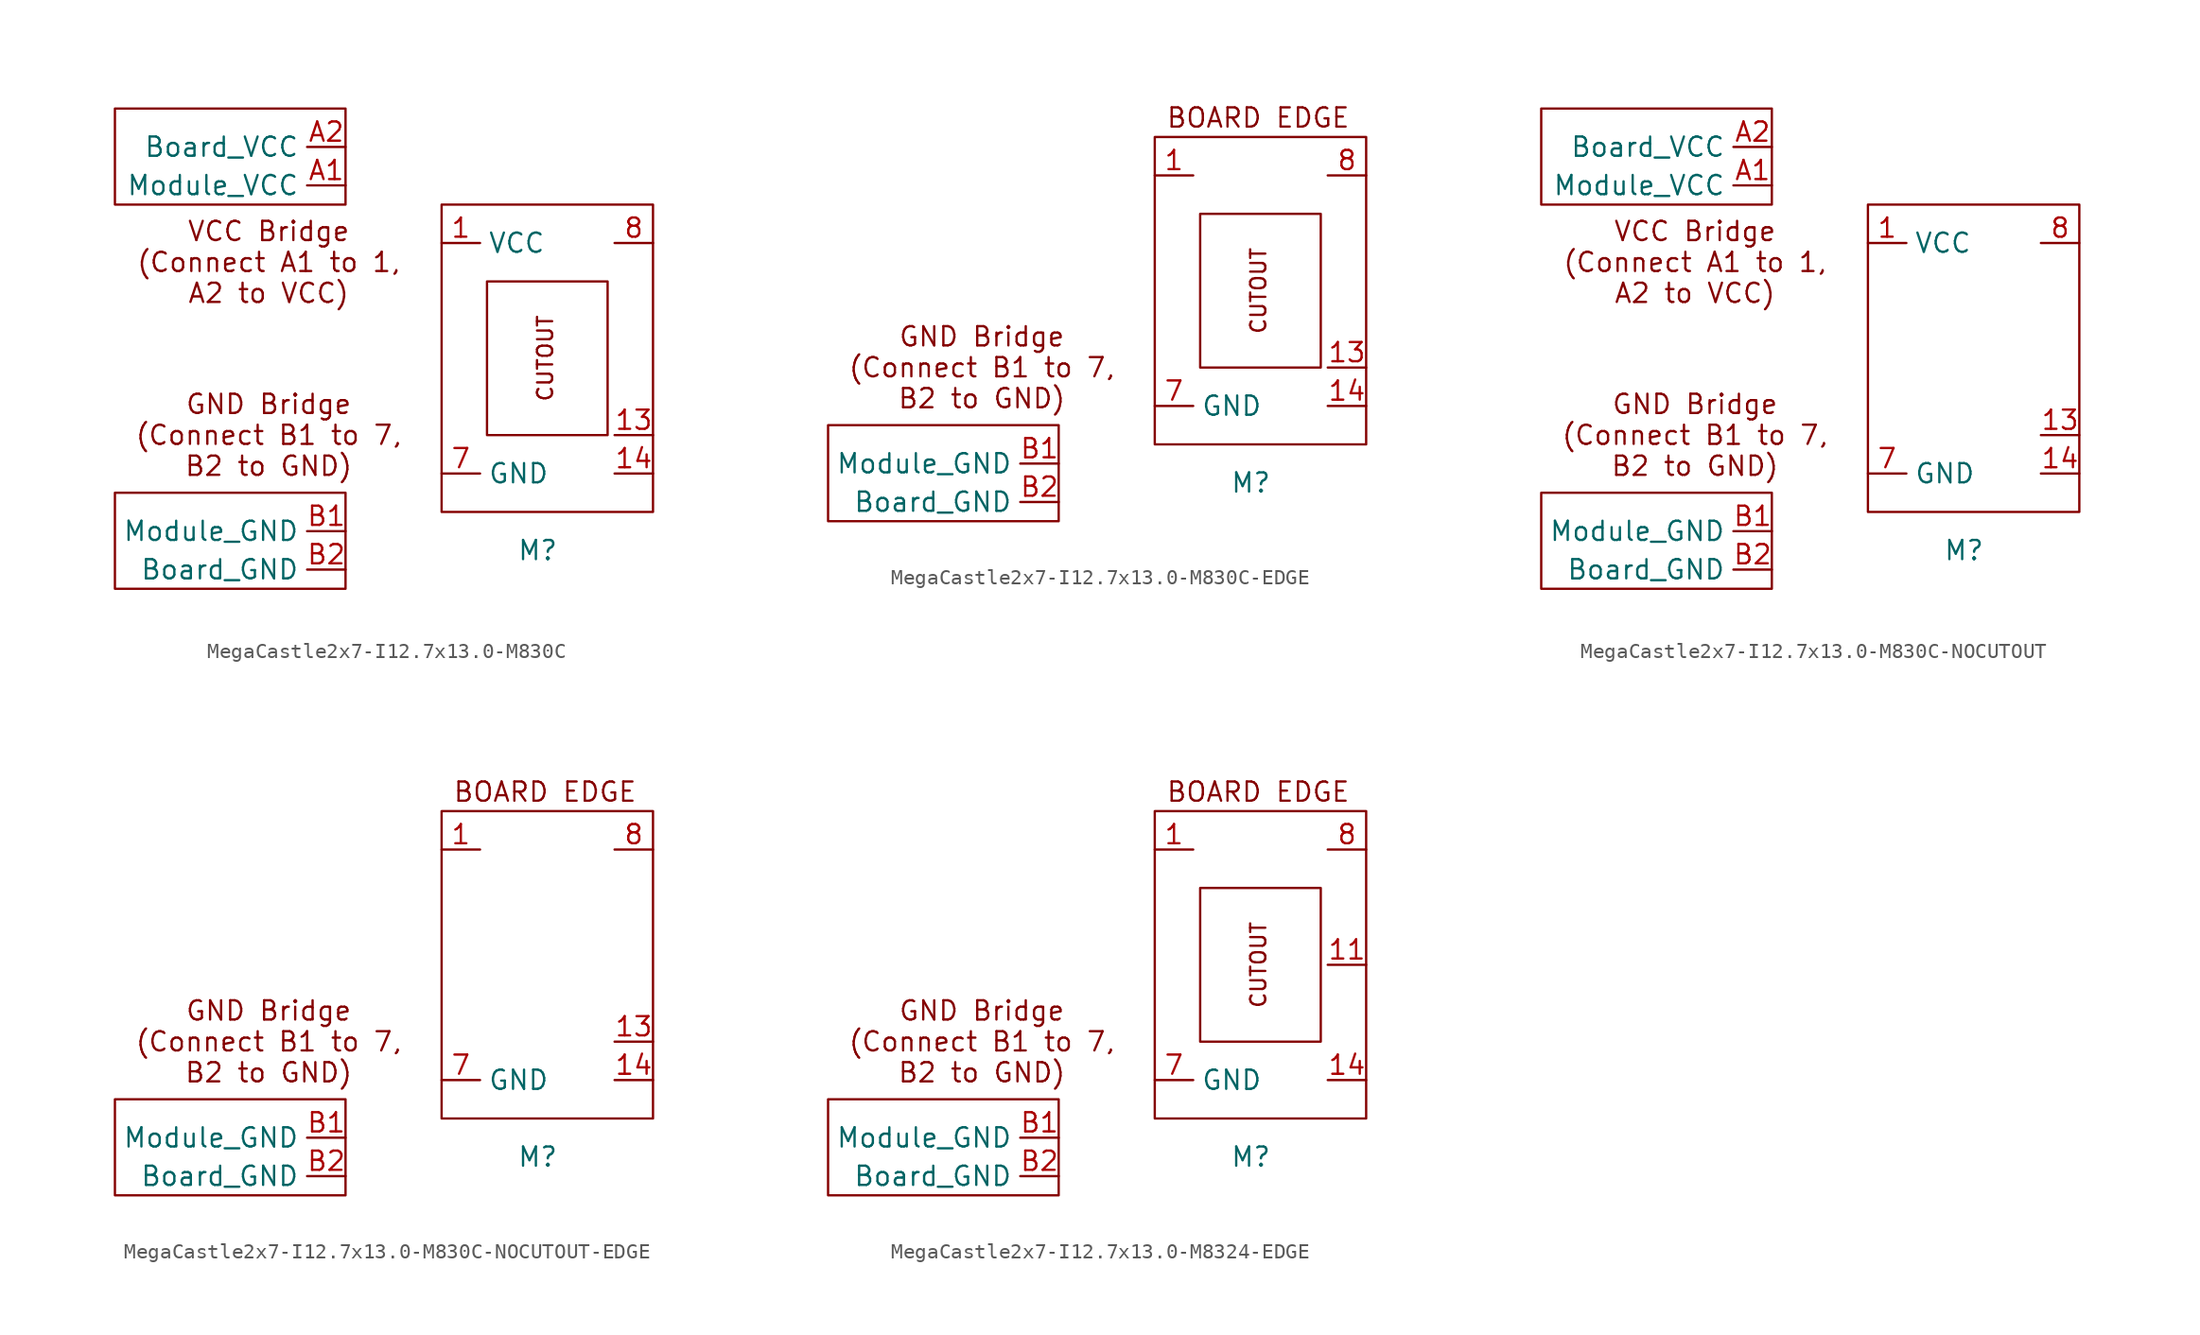
<source format=kicad_sym>
(kicad_symbol_lib
  (version 20231120)
  (generator "kicad_symbol_editor")
  (generator_version "8.0")
  (symbol "MegaCastle2x7-I12.7x13.0-M830C"
    (property "Reference" "M"
      (at 0 -12.7 0)
      (effects (font (size 1.27 1.27))))
    (property "Value" ""
      (at 0 5.08 0)
      (effects (font (size 1.27 1.27))))
    (symbol "MegaCastle2x7-I12.7x13.0-M830C_0_1"
      (rectangle (start -27.94 -8.89) (end -12.7 -15.24) (stroke (width 0) (type default)) (fill (type none)))
      (rectangle (start -27.94 16.51) (end -12.7 10.16) (stroke (width 0) (type default)) (fill (type none)))
      (rectangle (start -6.35 10.16) (end 7.62 -10.16) (stroke (width 0) (type default)) (fill (type none)))
      (rectangle (start -3.35 5.08) (end 4.62 -5.08) (stroke (width 0) (type default)) (fill (type none))))
    (symbol "MegaCastle2x7-I12.7x13.0-M830C_1_1"
      (text "CUTOUT" (at 0.5 0 900) (effects (font (size 1 1))))
      (text "GND Bridge\n(Connect B1 to 7,\nB2 to GND)" (at -17.78 -5.08 0) (effects (font (size 1.27 1.27))))
      (text "VCC Bridge\n(Connect A1 to 1,\nA2 to VCC)" (at -17.78 6.35 0) (effects (font (size 1.27 1.27))))
      (pin bidirectional line (at -6.35 7.62 0) (length 2.54) (name "VCC" (effects (font (size 1.27 1.27)))) (number "1" (effects (font (size 1.27 1.27)))))
      (pin bidirectional line (at 7.62 -5.08 180) (length 2.54) (name "" (effects (font (size 1.27 1.27)))) (number "13" (effects (font (size 1.27 1.27)))))
      (pin bidirectional line (at 7.62 -7.62 180) (length 2.54) (name "" (effects (font (size 1.27 1.27)))) (number "14" (effects (font (size 1.27 1.27)))))
      (pin bidirectional line (at -6.35 -7.62 0) (length 2.54) (name "GND" (effects (font (size 1.27 1.27)))) (number "7" (effects (font (size 1.27 1.27)))))
      (pin bidirectional line (at 7.62 7.62 180) (length 2.54) (name "" (effects (font (size 1.27 1.27)))) (number "8" (effects (font (size 1.27 1.27)))))
      (pin bidirectional line (at -12.7 11.43 180) (length 2.54) (name "Module_VCC" (effects (font (size 1.27 1.27)))) (number "A1" (effects (font (size 1.27 1.27)))))
      (pin bidirectional line (at -12.7 13.97 180) (length 2.54) (name "Board_VCC" (effects (font (size 1.27 1.27)))) (number "A2" (effects (font (size 1.27 1.27)))))
      (pin bidirectional line (at -12.7 -11.43 180) (length 2.54) (name "Module_GND" (effects (font (size 1.27 1.27)))) (number "B1" (effects (font (size 1.27 1.27)))))
      (pin bidirectional line (at -12.7 -13.97 180) (length 2.54) (name "Board_GND" (effects (font (size 1.27 1.27)))) (number "B2" (effects (font (size 1.27 1.27)))))))
  (symbol "MegaCastle2x7-I12.7x13.0-M830C-EDGE"
    (property "Reference" "M"
      (at 0 -12.7 0)
      (effects (font (size 1.27 1.27))))
    (property "Value" ""
      (at 0 5.08 0)
      (effects (font (size 1.27 1.27))))
    (symbol "MegaCastle2x7-I12.7x13.0-M830C-EDGE_0_1"
      (rectangle (start -27.94 -8.89) (end -12.7 -15.24) (stroke (width 0) (type default)) (fill (type none)))
      (rectangle (start -6.35 10.16) (end 7.62 -10.16) (stroke (width 0) (type default)) (fill (type none)))
      (rectangle (start -3.35 5.08) (end 4.62 -5.08) (stroke (width 0) (type default)) (fill (type none))))
    (symbol "MegaCastle2x7-I12.7x13.0-M830C-EDGE_1_1"
      (text " BOARD EDGE" (at 0 11.43 0) (effects (font (size 1.27 1.27))))
      (text "CUTOUT" (at 0.5 0 900) (effects (font (size 1 1))))
      (text "GND Bridge\n(Connect B1 to 7,\nB2 to GND)" (at -17.78 -5.08 0) (effects (font (size 1.27 1.27))))
      (pin bidirectional line (at -6.35 7.62 0) (length 2.54) (name "" (effects (font (size 1.27 1.27)))) (number "1" (effects (font (size 1.27 1.27)))))
      (pin bidirectional line (at 7.62 -5.08 180) (length 2.54) (name "" (effects (font (size 1.27 1.27)))) (number "13" (effects (font (size 1.27 1.27)))))
      (pin bidirectional line (at 7.62 -7.62 180) (length 2.54) (name "" (effects (font (size 1.27 1.27)))) (number "14" (effects (font (size 1.27 1.27)))))
      (pin bidirectional line (at -6.35 -7.62 0) (length 2.54) (name "GND" (effects (font (size 1.27 1.27)))) (number "7" (effects (font (size 1.27 1.27)))))
      (pin bidirectional line (at 7.62 7.62 180) (length 2.54) (name "" (effects (font (size 1.27 1.27)))) (number "8" (effects (font (size 1.27 1.27)))))
      (pin bidirectional line (at -12.7 -11.43 180) (length 2.54) (name "Module_GND" (effects (font (size 1.27 1.27)))) (number "B1" (effects (font (size 1.27 1.27)))))
      (pin bidirectional line (at -12.7 -13.97 180) (length 2.54) (name "Board_GND" (effects (font (size 1.27 1.27)))) (number "B2" (effects (font (size 1.27 1.27)))))))
  (symbol "MegaCastle2x7-I12.7x13.0-M830C-NOCUTOUT"
    (property "Reference" "M"
      (at 0 -12.7 0)
      (effects (font (size 1.27 1.27))))
    (property "Value" ""
      (at 0 5.08 0)
      (effects (font (size 1.27 1.27))))
    (symbol "MegaCastle2x7-I12.7x13.0-M830C-NOCUTOUT_0_1"
      (rectangle (start -27.94 -8.89) (end -12.7 -15.24) (stroke (width 0) (type default)) (fill (type none)))
      (rectangle (start -27.94 16.51) (end -12.7 10.16) (stroke (width 0) (type default)) (fill (type none)))
      (rectangle (start -6.35 10.16) (end 7.62 -10.16) (stroke (width 0) (type default)) (fill (type none))))
    (symbol "MegaCastle2x7-I12.7x13.0-M830C-NOCUTOUT_1_1"
      (text "GND Bridge\n(Connect B1 to 7,\nB2 to GND)" (at -17.78 -5.08 0) (effects (font (size 1.27 1.27))))
      (text "VCC Bridge\n(Connect A1 to 1,\nA2 to VCC)" (at -17.78 6.35 0) (effects (font (size 1.27 1.27))))
      (pin bidirectional line (at -6.35 7.62 0) (length 2.54) (name "VCC" (effects (font (size 1.27 1.27)))) (number "1" (effects (font (size 1.27 1.27)))))
      (pin bidirectional line (at 7.62 -5.08 180) (length 2.54) (name "" (effects (font (size 1.27 1.27)))) (number "13" (effects (font (size 1.27 1.27)))))
      (pin bidirectional line (at 7.62 -7.62 180) (length 2.54) (name "" (effects (font (size 1.27 1.27)))) (number "14" (effects (font (size 1.27 1.27)))))
      (pin bidirectional line (at -6.35 -7.62 0) (length 2.54) (name "GND" (effects (font (size 1.27 1.27)))) (number "7" (effects (font (size 1.27 1.27)))))
      (pin bidirectional line (at 7.62 7.62 180) (length 2.54) (name "" (effects (font (size 1.27 1.27)))) (number "8" (effects (font (size 1.27 1.27)))))
      (pin bidirectional line (at -12.7 11.43 180) (length 2.54) (name "Module_VCC" (effects (font (size 1.27 1.27)))) (number "A1" (effects (font (size 1.27 1.27)))))
      (pin bidirectional line (at -12.7 13.97 180) (length 2.54) (name "Board_VCC" (effects (font (size 1.27 1.27)))) (number "A2" (effects (font (size 1.27 1.27)))))
      (pin bidirectional line (at -12.7 -11.43 180) (length 2.54) (name "Module_GND" (effects (font (size 1.27 1.27)))) (number "B1" (effects (font (size 1.27 1.27)))))
      (pin bidirectional line (at -12.7 -13.97 180) (length 2.54) (name "Board_GND" (effects (font (size 1.27 1.27)))) (number "B2" (effects (font (size 1.27 1.27)))))))
  (symbol "MegaCastle2x7-I12.7x13.0-M830C-NOCUTOUT-EDGE"
    (property "Reference" "M"
      (at 0 -12.7 0)
      (effects (font (size 1.27 1.27))))
    (property "Value" ""
      (at 0 5.08 0)
      (effects (font (size 1.27 1.27))))
    (symbol "MegaCastle2x7-I12.7x13.0-M830C-NOCUTOUT-EDGE_0_1"
      (rectangle (start -27.94 -8.89) (end -12.7 -15.24) (stroke (width 0) (type default)) (fill (type none)))
      (rectangle (start -6.35 10.16) (end 7.62 -10.16) (stroke (width 0) (type default)) (fill (type none))))
    (symbol "MegaCastle2x7-I12.7x13.0-M830C-NOCUTOUT-EDGE_1_1"
      (text " BOARD EDGE" (at 0 11.43 0) (effects (font (size 1.27 1.27))))
      (text "GND Bridge\n(Connect B1 to 7,\nB2 to GND)" (at -17.78 -5.08 0) (effects (font (size 1.27 1.27))))
      (pin bidirectional line (at -6.35 7.62 0) (length 2.54) (name "" (effects (font (size 1.27 1.27)))) (number "1" (effects (font (size 1.27 1.27)))))
      (pin bidirectional line (at 7.62 -5.08 180) (length 2.54) (name "" (effects (font (size 1.27 1.27)))) (number "13" (effects (font (size 1.27 1.27)))))
      (pin bidirectional line (at 7.62 -7.62 180) (length 2.54) (name "" (effects (font (size 1.27 1.27)))) (number "14" (effects (font (size 1.27 1.27)))))
      (pin bidirectional line (at -6.35 -7.62 0) (length 2.54) (name "GND" (effects (font (size 1.27 1.27)))) (number "7" (effects (font (size 1.27 1.27)))))
      (pin bidirectional line (at 7.62 7.62 180) (length 2.54) (name "" (effects (font (size 1.27 1.27)))) (number "8" (effects (font (size 1.27 1.27)))))
      (pin bidirectional line (at -12.7 -11.43 180) (length 2.54) (name "Module_GND" (effects (font (size 1.27 1.27)))) (number "B1" (effects (font (size 1.27 1.27)))))
      (pin bidirectional line (at -12.7 -13.97 180) (length 2.54) (name "Board_GND" (effects (font (size 1.27 1.27)))) (number "B2" (effects (font (size 1.27 1.27)))))))
  (symbol "MegaCastle2x7-I12.7x13.0-M8324-EDGE"
    (property "Reference" "M"
      (at 0 -12.7 0)
      (effects (font (size 1.27 1.27))))
    (property "Value" ""
      (at 0 5.08 0)
      (effects (font (size 1.27 1.27))))
    (symbol "MegaCastle2x7-I12.7x13.0-M8324-EDGE_0_1"
      (rectangle (start -27.94 -8.89) (end -12.7 -15.24) (stroke (width 0) (type default)) (fill (type none)))
      (rectangle (start -6.35 10.16) (end 7.62 -10.16) (stroke (width 0) (type default)) (fill (type none)))
      (rectangle (start -3.35 5.08) (end 4.62 -5.08) (stroke (width 0) (type default)) (fill (type none))))
    (symbol "MegaCastle2x7-I12.7x13.0-M8324-EDGE_1_1"
      (text " BOARD EDGE" (at 0 11.43 0) (effects (font (size 1.27 1.27))))
      (text "CUTOUT" (at 0.5 0 900) (effects (font (size 1 1))))
      (text "GND Bridge\n(Connect B1 to 7,\nB2 to GND)" (at -17.78 -5.08 0) (effects (font (size 1.27 1.27))))
      (pin bidirectional line (at -6.35 7.62 0) (length 2.54) (name "" (effects (font (size 1.27 1.27)))) (number "1" (effects (font (size 1.27 1.27)))))
      (pin bidirectional line (at 7.62 0 180) (length 2.54) (name "" (effects (font (size 1.27 1.27)))) (number "11" (effects (font (size 1.27 1.27)))))
      (pin bidirectional line (at 7.62 -7.62 180) (length 2.54) (name "" (effects (font (size 1.27 1.27)))) (number "14" (effects (font (size 1.27 1.27)))))
      (pin bidirectional line (at -6.35 -7.62 0) (length 2.54) (name "GND" (effects (font (size 1.27 1.27)))) (number "7" (effects (font (size 1.27 1.27)))))
      (pin bidirectional line (at 7.62 7.62 180) (length 2.54) (name "" (effects (font (size 1.27 1.27)))) (number "8" (effects (font (size 1.27 1.27)))))
      (pin bidirectional line (at -12.7 -11.43 180) (length 2.54) (name "Module_GND" (effects (font (size 1.27 1.27)))) (number "B1" (effects (font (size 1.27 1.27)))))
      (pin bidirectional line (at -12.7 -13.97 180) (length 2.54) (name "Board_GND" (effects (font (size 1.27 1.27)))) (number "B2" (effects (font (size 1.27 1.27))))))))
</source>
